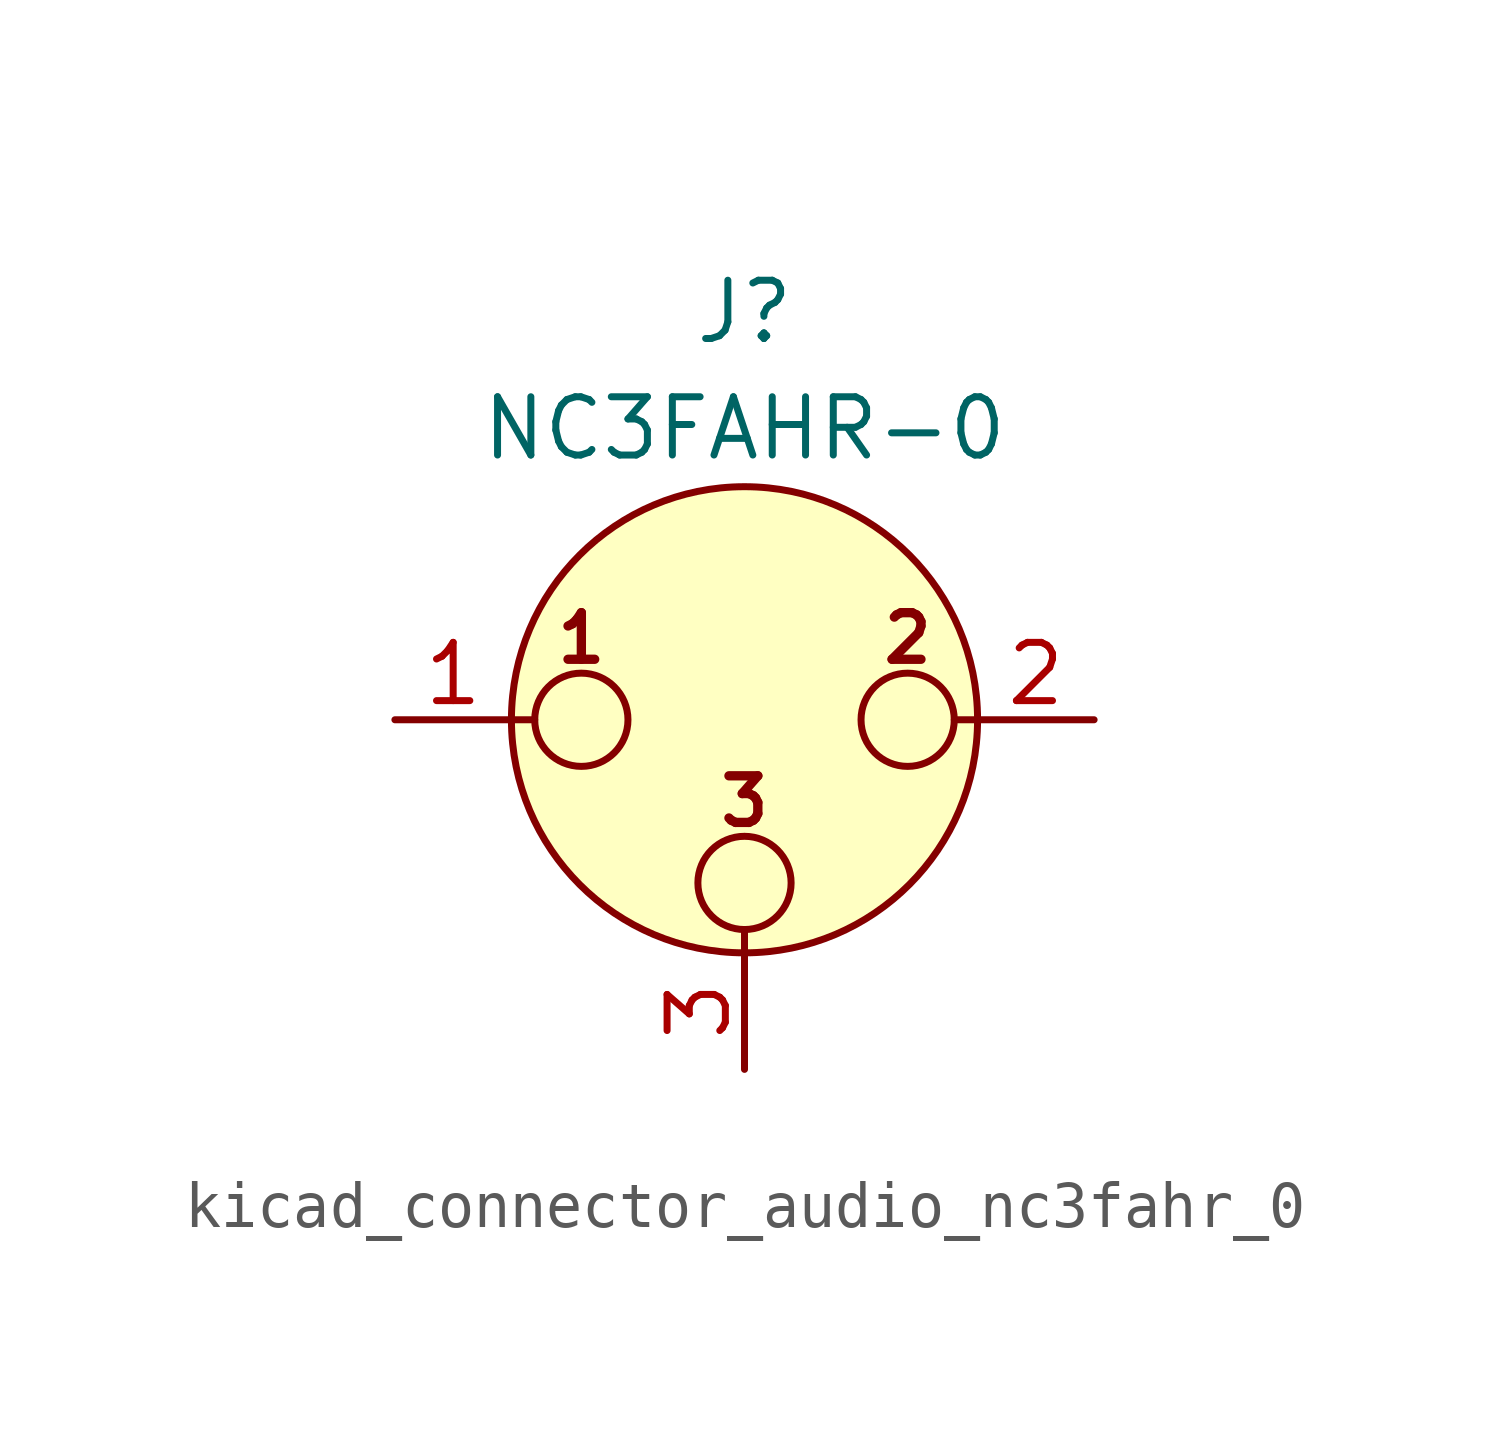
<source format=kicad_sym>
(kicad_symbol_lib
  (version 20220914)
  (generator kicad_symbol_editor)
  (symbol "kicad_connector_audio_nc3fahr_0"
    (pin_names hide)
    (property "Reference" "J"
      (at 0 8.89 0)
      (effects (font (size 1.27 1.27))))
    (property "Value" "NC3FAHR-0"
      (at 0 6.35 0)
      (effects (font (size 1.27 1.27))))
    (symbol "kicad_connector_audio_nc3fahr_0_0_1"
      (circle (center -3.556 0) (radius 1.016) (stroke (width 0) (type default)) (fill (type none)))
      (circle (center 0 -3.556) (radius 1.016) (stroke (width 0) (type default)) (fill (type none)))
      (polyline (pts (xy -5.08 0) (xy -4.572 0)) (stroke (width 0) (type default)) (fill (type none)))
      (polyline (pts (xy 0 -5.08) (xy 0 -4.572)) (stroke (width 0) (type default)) (fill (type none)))
      (polyline (pts (xy 5.08 0) (xy 4.572 0)) (stroke (width 0) (type default)) (fill (type none)))
      (circle (center 0 0) (radius 5.08) (stroke (width 0) (type default)) (fill (type background)))
      (circle (center 3.556 0) (radius 1.016) (stroke (width 0) (type default)) (fill (type none)))
      (text "1" (at -3.556 1.778 0) (effects (font (size 1.016 1.016) bold)))
      (text "2" (at 3.556 1.778 0) (effects (font (size 1.016 1.016) bold)))
      (text "3" (at 0 -1.778 0) (effects (font (size 1.016 1.016) bold)))
      (pin passive line (at -7.62 0 0) (length 2.54) (name "~" (effects (font (size 1.27 1.27)))) (number "1" (effects (font (size 1.27 1.27)))))
      (pin passive line (at 7.62 0 180) (length 2.54) (name "~" (effects (font (size 1.27 1.27)))) (number "2" (effects (font (size 1.27 1.27)))))
      (pin passive line (at 0 -7.62 90) (length 2.54) (name "~" (effects (font (size 1.27 1.27)))) (number "3" (effects (font (size 1.27 1.27))))))))
</source>
